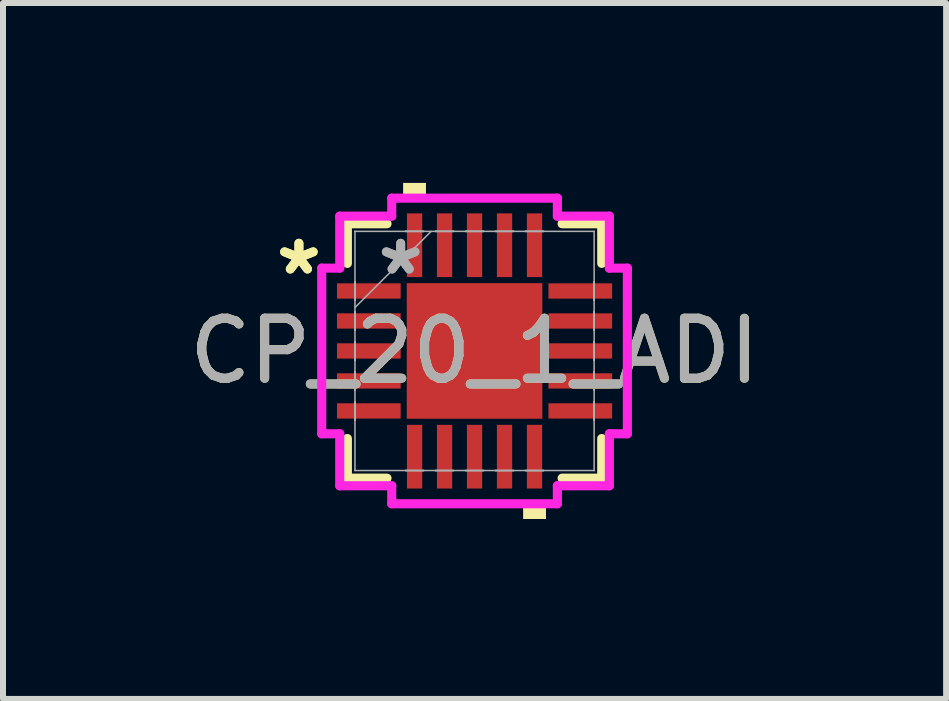
<source format=kicad_pcb>
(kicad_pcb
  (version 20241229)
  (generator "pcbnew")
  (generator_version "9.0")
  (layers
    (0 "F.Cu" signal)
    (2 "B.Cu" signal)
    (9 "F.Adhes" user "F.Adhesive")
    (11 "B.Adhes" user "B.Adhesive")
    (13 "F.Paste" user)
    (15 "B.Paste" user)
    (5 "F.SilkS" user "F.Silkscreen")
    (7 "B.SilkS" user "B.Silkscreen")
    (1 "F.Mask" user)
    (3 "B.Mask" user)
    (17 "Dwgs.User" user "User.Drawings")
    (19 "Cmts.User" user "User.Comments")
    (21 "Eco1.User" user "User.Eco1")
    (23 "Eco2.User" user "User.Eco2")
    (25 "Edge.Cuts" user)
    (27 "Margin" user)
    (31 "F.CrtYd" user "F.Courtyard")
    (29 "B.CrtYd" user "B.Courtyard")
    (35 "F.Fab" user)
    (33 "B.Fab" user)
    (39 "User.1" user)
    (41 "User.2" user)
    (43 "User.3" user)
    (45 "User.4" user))
  (footprint "CP_20_1_ADI"
    (layer "F.Cu")
    (at 4.863 2.802)
    (property "Reference" "CP_20_1_ADI" (at 0 0 0) (unlocked yes) (layer "F.SilkS") (effects (font (size 1 1) (thickness 0.15))))
    (attr smd)
    (fp_line (start -2.121 -2.121) (end -2.121 -1.46) (stroke (width 0.152) (type solid)) (layer "F.SilkS"))
    (fp_line (start -2.121 1.46) (end -2.121 2.121) (stroke (width 0.152) (type solid)) (layer "F.SilkS"))
    (fp_line (start -2.121 2.121) (end -1.46 2.121) (stroke (width 0.152) (type solid)) (layer "F.SilkS"))
    (fp_line (start -1.46 -2.121) (end -2.121 -2.121) (stroke (width 0.152) (type solid)) (layer "F.SilkS"))
    (fp_line (start 1.46 2.121) (end 2.121 2.121) (stroke (width 0.152) (type solid)) (layer "F.SilkS"))
    (fp_line (start 2.121 -2.121) (end 1.46 -2.121) (stroke (width 0.152) (type solid)) (layer "F.SilkS"))
    (fp_line (start 2.121 -1.46) (end 2.121 -2.121) (stroke (width 0.152) (type solid)) (layer "F.SilkS"))
    (fp_line (start 2.121 2.121) (end 2.121 1.46) (stroke (width 0.152) (type solid)) (layer "F.SilkS"))
    (fp_poly (pts (xy -1.191 -2.548) (xy -1.191 -2.802) (xy -0.81 -2.802) (xy -0.81 -2.548)) (stroke (width 0) (type solid)) (fill yes) (layer "F.SilkS"))
    (fp_poly (pts (xy 0.81 2.548) (xy 0.81 2.802) (xy 1.191 2.802) (xy 1.191 2.548)) (stroke (width 0) (type solid)) (fill yes) (layer "F.SilkS"))
    (fp_line (start -2.548 -1.381) (end -2.248 -1.381) (stroke (width 0.152) (type solid)) (layer "F.CrtYd"))
    (fp_line (start -2.548 1.381) (end -2.548 -1.381) (stroke (width 0.152) (type solid)) (layer "F.CrtYd"))
    (fp_line (start -2.248 -2.248) (end -1.381 -2.248) (stroke (width 0.152) (type solid)) (layer "F.CrtYd"))
    (fp_line (start -2.248 -1.381) (end -2.248 -2.248) (stroke (width 0.152) (type solid)) (layer "F.CrtYd"))
    (fp_line (start -2.248 1.381) (end -2.548 1.381) (stroke (width 0.152) (type solid)) (layer "F.CrtYd"))
    (fp_line (start -2.248 2.248) (end -2.248 1.381) (stroke (width 0.152) (type solid)) (layer "F.CrtYd"))
    (fp_line (start -1.381 -2.548) (end 1.381 -2.548) (stroke (width 0.152) (type solid)) (layer "F.CrtYd"))
    (fp_line (start -1.381 -2.248) (end -1.381 -2.548) (stroke (width 0.152) (type solid)) (layer "F.CrtYd"))
    (fp_line (start -1.381 2.248) (end -2.248 2.248) (stroke (width 0.152) (type solid)) (layer "F.CrtYd"))
    (fp_line (start -1.381 2.548) (end -1.381 2.248) (stroke (width 0.152) (type solid)) (layer "F.CrtYd"))
    (fp_line (start 1.381 -2.548) (end 1.381 -2.248) (stroke (width 0.152) (type solid)) (layer "F.CrtYd"))
    (fp_line (start 1.381 -2.248) (end 2.248 -2.248) (stroke (width 0.152) (type solid)) (layer "F.CrtYd"))
    (fp_line (start 1.381 2.248) (end 1.381 2.548) (stroke (width 0.152) (type solid)) (layer "F.CrtYd"))
    (fp_line (start 1.381 2.548) (end -1.381 2.548) (stroke (width 0.152) (type solid)) (layer "F.CrtYd"))
    (fp_line (start 2.248 -2.248) (end 2.248 -1.381) (stroke (width 0.152) (type solid)) (layer "F.CrtYd"))
    (fp_line (start 2.248 -1.381) (end 2.548 -1.381) (stroke (width 0.152) (type solid)) (layer "F.CrtYd"))
    (fp_line (start 2.248 1.381) (end 2.248 2.248) (stroke (width 0.152) (type solid)) (layer "F.CrtYd"))
    (fp_line (start 2.248 2.248) (end 1.381 2.248) (stroke (width 0.152) (type solid)) (layer "F.CrtYd"))
    (fp_line (start 2.548 -1.381) (end 2.548 1.381) (stroke (width 0.152) (type solid)) (layer "F.CrtYd"))
    (fp_line (start 2.548 1.381) (end 2.248 1.381) (stroke (width 0.152) (type solid)) (layer "F.CrtYd"))
    (fp_line (start -1.994 -1.994) (end -1.994 -1.994) (stroke (width 0.025) (type solid)) (layer "F.Fab"))
    (fp_line (start -1.994 -1.994) (end -1.994 1.994) (stroke (width 0.025) (type solid)) (layer "F.Fab"))
    (fp_line (start -1.994 -1.152) (end -1.994 -1.152) (stroke (width 0.025) (type solid)) (layer "F.Fab"))
    (fp_line (start -1.994 -1.152) (end -1.994 -0.848) (stroke (width 0.025) (type solid)) (layer "F.Fab"))
    (fp_line (start -1.994 -0.848) (end -1.994 -1.152) (stroke (width 0.025) (type solid)) (layer "F.Fab"))
    (fp_line (start -1.994 -0.848) (end -1.994 -0.848) (stroke (width 0.025) (type solid)) (layer "F.Fab"))
    (fp_line (start -1.994 -0.724) (end -0.724 -1.994) (stroke (width 0.025) (type solid)) (layer "F.Fab"))
    (fp_line (start -1.994 -0.652) (end -1.994 -0.652) (stroke (width 0.025) (type solid)) (layer "F.Fab"))
    (fp_line (start -1.994 -0.652) (end -1.994 -0.348) (stroke (width 0.025) (type solid)) (layer "F.Fab"))
    (fp_line (start -1.994 -0.348) (end -1.994 -0.652) (stroke (width 0.025) (type solid)) (layer "F.Fab"))
    (fp_line (start -1.994 -0.348) (end -1.994 -0.348) (stroke (width 0.025) (type solid)) (layer "F.Fab"))
    (fp_line (start -1.994 -0.152) (end -1.994 -0.152) (stroke (width 0.025) (type solid)) (layer "F.Fab"))
    (fp_line (start -1.994 -0.152) (end -1.994 0.152) (stroke (width 0.025) (type solid)) (layer "F.Fab"))
    (fp_line (start -1.994 0.152) (end -1.994 -0.152) (stroke (width 0.025) (type solid)) (layer "F.Fab"))
    (fp_line (start -1.994 0.152) (end -1.994 0.152) (stroke (width 0.025) (type solid)) (layer "F.Fab"))
    (fp_line (start -1.994 0.348) (end -1.994 0.348) (stroke (width 0.025) (type solid)) (layer "F.Fab"))
    (fp_line (start -1.994 0.348) (end -1.994 0.652) (stroke (width 0.025) (type solid)) (layer "F.Fab"))
    (fp_line (start -1.994 0.652) (end -1.994 0.348) (stroke (width 0.025) (type solid)) (layer "F.Fab"))
    (fp_line (start -1.994 0.652) (end -1.994 0.652) (stroke (width 0.025) (type solid)) (layer "F.Fab"))
    (fp_line (start -1.994 0.848) (end -1.994 0.848) (stroke (width 0.025) (type solid)) (layer "F.Fab"))
    (fp_line (start -1.994 0.848) (end -1.994 1.152) (stroke (width 0.025) (type solid)) (layer "F.Fab"))
    (fp_line (start -1.994 1.152) (end -1.994 0.848) (stroke (width 0.025) (type solid)) (layer "F.Fab"))
    (fp_line (start -1.994 1.152) (end -1.994 1.152) (stroke (width 0.025) (type solid)) (layer "F.Fab"))
    (fp_line (start -1.994 1.994) (end -1.994 1.994) (stroke (width 0.025) (type solid)) (layer "F.Fab"))
    (fp_line (start -1.994 1.994) (end 1.994 1.994) (stroke (width 0.025) (type solid)) (layer "F.Fab"))
    (fp_line (start -1.152 -1.994) (end -1.152 -1.994) (stroke (width 0.025) (type solid)) (layer "F.Fab"))
    (fp_line (start -1.152 -1.994) (end -0.848 -1.994) (stroke (width 0.025) (type solid)) (layer "F.Fab"))
    (fp_line (start -1.152 1.994) (end -1.152 1.994) (stroke (width 0.025) (type solid)) (layer "F.Fab"))
    (fp_line (start -1.152 1.994) (end -0.848 1.994) (stroke (width 0.025) (type solid)) (layer "F.Fab"))
    (fp_line (start -0.848 -1.994) (end -1.152 -1.994) (stroke (width 0.025) (type solid)) (layer "F.Fab"))
    (fp_line (start -0.848 -1.994) (end -0.848 -1.994) (stroke (width 0.025) (type solid)) (layer "F.Fab"))
    (fp_line (start -0.848 1.994) (end -1.152 1.994) (stroke (width 0.025) (type solid)) (layer "F.Fab"))
    (fp_line (start -0.848 1.994) (end -0.848 1.994) (stroke (width 0.025) (type solid)) (layer "F.Fab"))
    (fp_line (start -0.652 -1.994) (end -0.652 -1.994) (stroke (width 0.025) (type solid)) (layer "F.Fab"))
    (fp_line (start -0.652 -1.994) (end -0.348 -1.994) (stroke (width 0.025) (type solid)) (layer "F.Fab"))
    (fp_line (start -0.652 1.994) (end -0.652 1.994) (stroke (width 0.025) (type solid)) (layer "F.Fab"))
    (fp_line (start -0.652 1.994) (end -0.348 1.994) (stroke (width 0.025) (type solid)) (layer "F.Fab"))
    (fp_line (start -0.348 -1.994) (end -0.652 -1.994) (stroke (width 0.025) (type solid)) (layer "F.Fab"))
    (fp_line (start -0.348 -1.994) (end -0.348 -1.994) (stroke (width 0.025) (type solid)) (layer "F.Fab"))
    (fp_line (start -0.348 1.994) (end -0.652 1.994) (stroke (width 0.025) (type solid)) (layer "F.Fab"))
    (fp_line (start -0.348 1.994) (end -0.348 1.994) (stroke (width 0.025) (type solid)) (layer "F.Fab"))
    (fp_line (start -0.152 -1.994) (end -0.152 -1.994) (stroke (width 0.025) (type solid)) (layer "F.Fab"))
    (fp_line (start -0.152 -1.994) (end 0.152 -1.994) (stroke (width 0.025) (type solid)) (layer "F.Fab"))
    (fp_line (start -0.152 1.994) (end -0.152 1.994) (stroke (width 0.025) (type solid)) (layer "F.Fab"))
    (fp_line (start -0.152 1.994) (end 0.152 1.994) (stroke (width 0.025) (type solid)) (layer "F.Fab"))
    (fp_line (start 0.152 -1.994) (end -0.152 -1.994) (stroke (width 0.025) (type solid)) (layer "F.Fab"))
    (fp_line (start 0.152 -1.994) (end 0.152 -1.994) (stroke (width 0.025) (type solid)) (layer "F.Fab"))
    (fp_line (start 0.152 1.994) (end -0.152 1.994) (stroke (width 0.025) (type solid)) (layer "F.Fab"))
    (fp_line (start 0.152 1.994) (end 0.152 1.994) (stroke (width 0.025) (type solid)) (layer "F.Fab"))
    (fp_line (start 0.348 -1.994) (end 0.348 -1.994) (stroke (width 0.025) (type solid)) (layer "F.Fab"))
    (fp_line (start 0.348 -1.994) (end 0.652 -1.994) (stroke (width 0.025) (type solid)) (layer "F.Fab"))
    (fp_line (start 0.348 1.994) (end 0.348 1.994) (stroke (width 0.025) (type solid)) (layer "F.Fab"))
    (fp_line (start 0.348 1.994) (end 0.652 1.994) (stroke (width 0.025) (type solid)) (layer "F.Fab"))
    (fp_line (start 0.652 -1.994) (end 0.348 -1.994) (stroke (width 0.025) (type solid)) (layer "F.Fab"))
    (fp_line (start 0.652 -1.994) (end 0.652 -1.994) (stroke (width 0.025) (type solid)) (layer "F.Fab"))
    (fp_line (start 0.652 1.994) (end 0.348 1.994) (stroke (width 0.025) (type solid)) (layer "F.Fab"))
    (fp_line (start 0.652 1.994) (end 0.652 1.994) (stroke (width 0.025) (type solid)) (layer "F.Fab"))
    (fp_line (start 0.848 -1.994) (end 0.848 -1.994) (stroke (width 0.025) (type solid)) (layer "F.Fab"))
    (fp_line (start 0.848 -1.994) (end 1.152 -1.994) (stroke (width 0.025) (type solid)) (layer "F.Fab"))
    (fp_line (start 0.848 1.994) (end 0.848 1.994) (stroke (width 0.025) (type solid)) (layer "F.Fab"))
    (fp_line (start 0.848 1.994) (end 1.152 1.994) (stroke (width 0.025) (type solid)) (layer "F.Fab"))
    (fp_line (start 1.152 -1.994) (end 0.848 -1.994) (stroke (width 0.025) (type solid)) (layer "F.Fab"))
    (fp_line (start 1.152 -1.994) (end 1.152 -1.994) (stroke (width 0.025) (type solid)) (layer "F.Fab"))
    (fp_line (start 1.152 1.994) (end 0.848 1.994) (stroke (width 0.025) (type solid)) (layer "F.Fab"))
    (fp_line (start 1.152 1.994) (end 1.152 1.994) (stroke (width 0.025) (type solid)) (layer "F.Fab"))
    (fp_line (start 1.994 -1.994) (end -1.994 -1.994) (stroke (width 0.025) (type solid)) (layer "F.Fab"))
    (fp_line (start 1.994 -1.994) (end 1.994 -1.994) (stroke (width 0.025) (type solid)) (layer "F.Fab"))
    (fp_line (start 1.994 -1.152) (end 1.994 -1.152) (stroke (width 0.025) (type solid)) (layer "F.Fab"))
    (fp_line (start 1.994 -1.152) (end 1.994 -0.848) (stroke (width 0.025) (type solid)) (layer "F.Fab"))
    (fp_line (start 1.994 -0.848) (end 1.994 -1.152) (stroke (width 0.025) (type solid)) (layer "F.Fab"))
    (fp_line (start 1.994 -0.848) (end 1.994 -0.848) (stroke (width 0.025) (type solid)) (layer "F.Fab"))
    (fp_line (start 1.994 -0.652) (end 1.994 -0.652) (stroke (width 0.025) (type solid)) (layer "F.Fab"))
    (fp_line (start 1.994 -0.652) (end 1.994 -0.348) (stroke (width 0.025) (type solid)) (layer "F.Fab"))
    (fp_line (start 1.994 -0.348) (end 1.994 -0.652) (stroke (width 0.025) (type solid)) (layer "F.Fab"))
    (fp_line (start 1.994 -0.348) (end 1.994 -0.348) (stroke (width 0.025) (type solid)) (layer "F.Fab"))
    (fp_line (start 1.994 -0.152) (end 1.994 -0.152) (stroke (width 0.025) (type solid)) (layer "F.Fab"))
    (fp_line (start 1.994 -0.152) (end 1.994 0.152) (stroke (width 0.025) (type solid)) (layer "F.Fab"))
    (fp_line (start 1.994 0.152) (end 1.994 -0.152) (stroke (width 0.025) (type solid)) (layer "F.Fab"))
    (fp_line (start 1.994 0.152) (end 1.994 0.152) (stroke (width 0.025) (type solid)) (layer "F.Fab"))
    (fp_line (start 1.994 0.348) (end 1.994 0.348) (stroke (width 0.025) (type solid)) (layer "F.Fab"))
    (fp_line (start 1.994 0.348) (end 1.994 0.652) (stroke (width 0.025) (type solid)) (layer "F.Fab"))
    (fp_line (start 1.994 0.652) (end 1.994 0.348) (stroke (width 0.025) (type solid)) (layer "F.Fab"))
    (fp_line (start 1.994 0.652) (end 1.994 0.652) (stroke (width 0.025) (type solid)) (layer "F.Fab"))
    (fp_line (start 1.994 0.848) (end 1.994 0.848) (stroke (width 0.025) (type solid)) (layer "F.Fab"))
    (fp_line (start 1.994 0.848) (end 1.994 1.152) (stroke (width 0.025) (type solid)) (layer "F.Fab"))
    (fp_line (start 1.994 1.152) (end 1.994 0.848) (stroke (width 0.025) (type solid)) (layer "F.Fab"))
    (fp_line (start 1.994 1.152) (end 1.994 1.152) (stroke (width 0.025) (type solid)) (layer "F.Fab"))
    (fp_line (start 1.994 1.994) (end 1.994 -1.994) (stroke (width 0.025) (type solid)) (layer "F.Fab"))
    (fp_line (start 1.994 1.994) (end 1.994 1.994) (stroke (width 0.025) (type solid)) (layer "F.Fab"))
    (fp_text user "*" (at -2.929 -1.25 0) (unlocked yes) (layer "F.SilkS") (effects (font (size 1 1) (thickness 0.15))))
    (fp_text user "*" (at -2.929 -1.25 0) (layer "F.SilkS") (effects (font (size 1 1) (thickness 0.15))))
    (fp_text user "${REFERENCE}" (at 0 0 0) (unlocked yes) (layer "F.Fab") (effects (font (size 1 1) (thickness 0.15))))
    (fp_text user "*" (at -1.232 -1.25 0) (unlocked yes) (layer "F.Fab") (effects (font (size 1 1) (thickness 0.15))))
    (fp_text user "*" (at -1.232 -1.25 0) (layer "F.Fab") (effects (font (size 1 1) (thickness 0.15))))
    (pad "1" smd rect (at -1.763 -1 90) (size 0.255 1.062) (layers "F.Cu" "F.Mask" "F.Paste"))
    (pad "2" smd rect (at -1.763 -0.5 90) (size 0.255 1.062) (layers "F.Cu" "F.Mask" "F.Paste"))
    (pad "3" smd rect (at -1.763 0 90) (size 0.255 1.062) (layers "F.Cu" "F.Mask" "F.Paste"))
    (pad "4" smd rect (at -1.763 0.5 90) (size 0.255 1.062) (layers "F.Cu" "F.Mask" "F.Paste"))
    (pad "5" smd rect (at -1.763 1 90) (size 0.255 1.062) (layers "F.Cu" "F.Mask" "F.Paste"))
    (pad "6" smd rect (at -1 1.763) (size 0.255 1.062) (layers "F.Cu" "F.Mask" "F.Paste"))
    (pad "7" smd rect (at -0.5 1.763) (size 0.255 1.062) (layers "F.Cu" "F.Mask" "F.Paste"))
    (pad "8" smd rect (at 0 1.763) (size 0.255 1.062) (layers "F.Cu" "F.Mask" "F.Paste"))
    (pad "9" smd rect (at 0.5 1.763) (size 0.255 1.062) (layers "F.Cu" "F.Mask" "F.Paste"))
    (pad "10" smd rect (at 1 1.763) (size 0.255 1.062) (layers "F.Cu" "F.Mask" "F.Paste"))
    (pad "11" smd rect (at 1.763 1 90) (size 0.255 1.062) (layers "F.Cu" "F.Mask" "F.Paste"))
    (pad "12" smd rect (at 1.763 0.5 90) (size 0.255 1.062) (layers "F.Cu" "F.Mask" "F.Paste"))
    (pad "13" smd rect (at 1.763 0 90) (size 0.255 1.062) (layers "F.Cu" "F.Mask" "F.Paste"))
    (pad "14" smd rect (at 1.763 -0.5 90) (size 0.255 1.062) (layers "F.Cu" "F.Mask" "F.Paste"))
    (pad "15" smd rect (at 1.763 -1 90) (size 0.255 1.062) (layers "F.Cu" "F.Mask" "F.Paste"))
    (pad "16" smd rect (at 1 -1.763) (size 0.255 1.062) (layers "F.Cu" "F.Mask" "F.Paste"))
    (pad "17" smd rect (at 0.5 -1.763) (size 0.255 1.062) (layers "F.Cu" "F.Mask" "F.Paste"))
    (pad "18" smd rect (at 0 -1.763) (size 0.255 1.062) (layers "F.Cu" "F.Mask" "F.Paste"))
    (pad "19" smd rect (at -0.5 -1.763) (size 0.255 1.062) (layers "F.Cu" "F.Mask" "F.Paste"))
    (pad "20" smd rect (at -1 -1.763) (size 0.255 1.062) (layers "F.Cu" "F.Mask" "F.Paste"))
    (pad "21" smd rect (at 0 0) (size 2.261 2.261) (layers "F.Cu" "F.Mask" "F.Paste")))
  (gr_rect
    (start -3 -3)
    (end 12.726 8.604)
    (stroke (width 0.1) (type default))
    (fill no)
    (layer "Edge.Cuts")))
</source>
